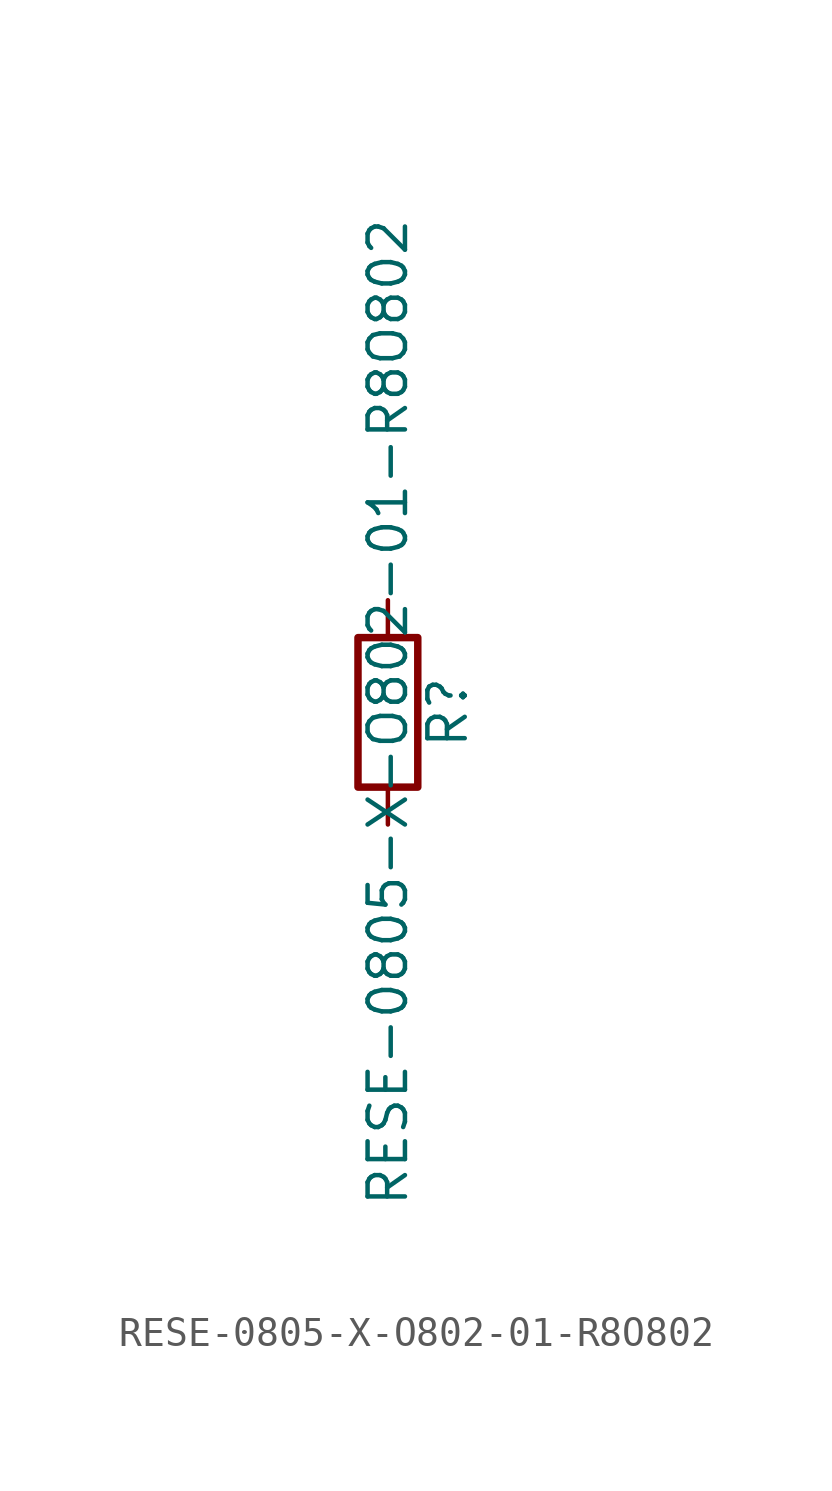
<source format=kicad_sym>
(kicad_symbol_lib
  (version 20211014)
  (generator kicad_symbol_editor)
  (symbol "RESE-0805-X-O802-01-R8O802"
    (pin_numbers hide)
    (pin_names
      (offset 0))
    (property "Reference" "R"
      (at 2.032 0 90)
      (effects (font (size 1.27 1.27))))
    (property "Value" "RESE-0805-X-O802-01-R8O802"
      (at 0 0 90)
      (effects (font (size 1.27 1.27))))
    (symbol "RESE-0805-X-O802-01-R8O802_0_1"
      (rectangle (start -1.016 -2.54) (end 1.016 2.54) (stroke (width 0.254) (type default) (color 0 0 0 0)) (fill (type none))))
    (symbol "RESE-0805-X-O802-01-R8O802_1_1"
      (pin passive line (at 0 3.81 270) (length 1.27) (name "~" (effects (font (size 1.27 1.27)))) (number "1" (effects (font (size 1.27 1.27)))))
      (pin passive line (at 0 -3.81 90) (length 1.27) (name "~" (effects (font (size 1.27 1.27)))) (number "2" (effects (font (size 1.27 1.27))))))))
</source>
